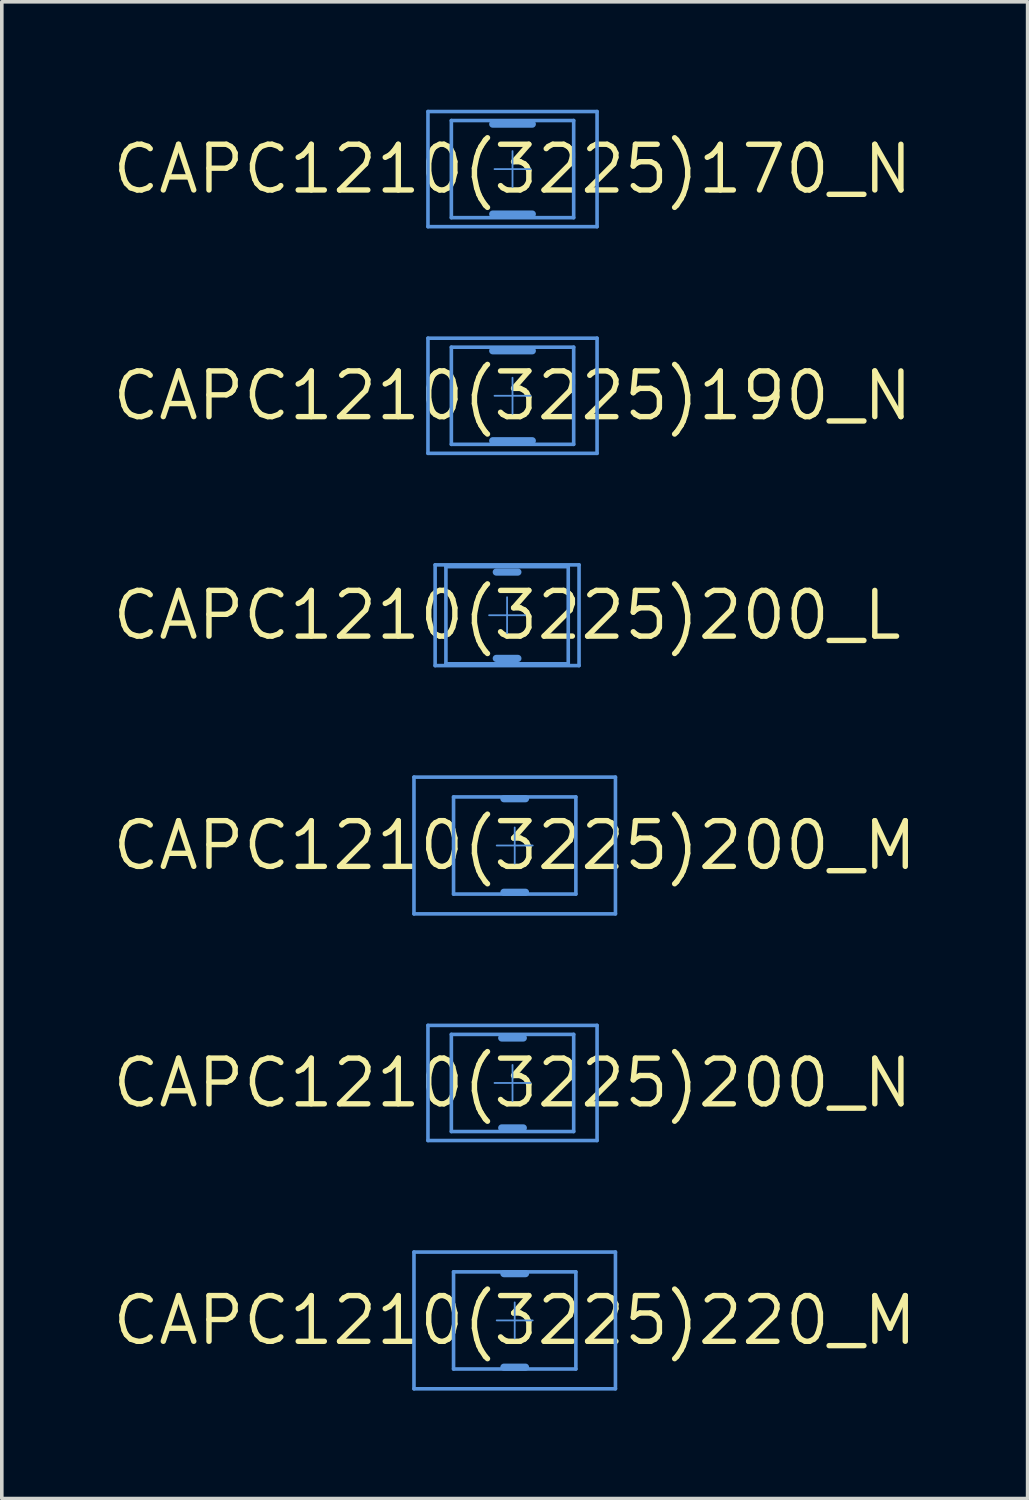
<source format=kicad_pcb>
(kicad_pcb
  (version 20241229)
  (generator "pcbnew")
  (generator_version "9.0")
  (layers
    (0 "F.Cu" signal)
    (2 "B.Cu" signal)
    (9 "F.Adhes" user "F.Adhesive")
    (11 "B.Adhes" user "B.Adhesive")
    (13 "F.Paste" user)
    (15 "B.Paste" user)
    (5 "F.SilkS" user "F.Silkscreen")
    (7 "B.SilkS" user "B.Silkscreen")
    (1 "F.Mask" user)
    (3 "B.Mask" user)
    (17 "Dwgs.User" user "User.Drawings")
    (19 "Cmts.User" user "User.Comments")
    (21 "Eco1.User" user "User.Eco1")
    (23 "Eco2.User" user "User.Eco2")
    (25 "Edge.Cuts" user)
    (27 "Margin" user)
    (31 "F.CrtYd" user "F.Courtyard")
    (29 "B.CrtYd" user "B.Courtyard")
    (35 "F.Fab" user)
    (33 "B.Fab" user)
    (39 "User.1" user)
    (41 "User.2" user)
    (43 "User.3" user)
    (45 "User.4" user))
  (footprint "CAPC1210(3225)200_M"
    (layer "F.Cu")
    (at 11.256 20.45)
    (property "Reference" "CAPC1210(3225)200_M" (at 0 0 0) (layer "F.SilkS") (effects (font (size 1.27 1.27) (thickness 0.15))))
    (attr through_hole)
    (fp_line (start -2.8 -1.9) (end 2.8 -1.9) (stroke (width 0.05) (type solid)) (layer "Cmts.User"))
    (fp_line (start -2.8 -1.9) (end 2.8 -1.9) (stroke (width 0.1) (type solid)) (layer "Cmts.User"))
    (fp_line (start -2.8 1.9) (end -2.8 -1.9) (stroke (width 0.05) (type solid)) (layer "Cmts.User"))
    (fp_line (start -2.8 1.9) (end -2.8 -1.9) (stroke (width 0.1) (type solid)) (layer "Cmts.User"))
    (fp_line (start -2.8 1.9) (end 2.8 1.9) (stroke (width 0.05) (type solid)) (layer "Cmts.User"))
    (fp_line (start -2.8 1.9) (end 2.8 1.9) (stroke (width 0.1) (type solid)) (layer "Cmts.User"))
    (fp_line (start -1.7 -1.35) (end 1.7 -1.35) (stroke (width 0.1) (type solid)) (layer "Cmts.User"))
    (fp_line (start -1.7 1.35) (end -1.7 -1.35) (stroke (width 0.1) (type solid)) (layer "Cmts.User"))
    (fp_line (start -1.7 1.35) (end 1.7 1.35) (stroke (width 0.1) (type solid)) (layer "Cmts.User"))
    (fp_line (start -0.5 0) (end 0.5 0) (stroke (width 0.05) (type solid)) (layer "Cmts.User"))
    (fp_line (start -0.3 -1.3) (end 0.3 -1.3) (stroke (width 0.2) (type solid)) (layer "Cmts.User"))
    (fp_line (start -0.3 1.3) (end 0.3 1.3) (stroke (width 0.2) (type solid)) (layer "Cmts.User"))
    (fp_line (start 0 0.5) (end 0 -0.5) (stroke (width 0.05) (type solid)) (layer "Cmts.User"))
    (fp_line (start 1.7 1.35) (end 1.7 -1.35) (stroke (width 0.1) (type solid)) (layer "Cmts.User"))
    (fp_line (start 2.8 1.9) (end 2.8 -1.9) (stroke (width 0.05) (type solid)) (layer "Cmts.User"))
    (fp_line (start 2.8 1.9) (end 2.8 -1.9) (stroke (width 0.1) (type solid)) (layer "Cmts.User")))
  (footprint "CAPC1210(3225)200_N"
    (layer "F.Cu")
    (at 11.195 27.05)
    (property "Reference" "CAPC1210(3225)200_N" (at 0 0 0) (layer "F.SilkS") (effects (font (size 1.27 1.27) (thickness 0.15))))
    (attr through_hole)
    (fp_line (start -2.35 -1.6) (end 2.35 -1.6) (stroke (width 0.05) (type solid)) (layer "Cmts.User"))
    (fp_line (start -2.35 -1.6) (end 2.35 -1.6) (stroke (width 0.1) (type solid)) (layer "Cmts.User"))
    (fp_line (start -2.35 1.6) (end -2.35 -1.6) (stroke (width 0.05) (type solid)) (layer "Cmts.User"))
    (fp_line (start -2.35 1.6) (end -2.35 -1.6) (stroke (width 0.1) (type solid)) (layer "Cmts.User"))
    (fp_line (start -2.35 1.6) (end 2.35 1.6) (stroke (width 0.05) (type solid)) (layer "Cmts.User"))
    (fp_line (start -2.35 1.6) (end 2.35 1.6) (stroke (width 0.1) (type solid)) (layer "Cmts.User"))
    (fp_line (start -1.7 -1.35) (end 1.7 -1.35) (stroke (width 0.1) (type solid)) (layer "Cmts.User"))
    (fp_line (start -1.7 1.35) (end -1.7 -1.35) (stroke (width 0.1) (type solid)) (layer "Cmts.User"))
    (fp_line (start -1.7 1.35) (end 1.7 1.35) (stroke (width 0.1) (type solid)) (layer "Cmts.User"))
    (fp_line (start -0.5 0) (end 0.5 0) (stroke (width 0.05) (type solid)) (layer "Cmts.User"))
    (fp_line (start -0.3 -1.25) (end 0.3 -1.25) (stroke (width 0.2) (type solid)) (layer "Cmts.User"))
    (fp_line (start -0.3 1.25) (end 0.3 1.25) (stroke (width 0.2) (type solid)) (layer "Cmts.User"))
    (fp_line (start 0 0.5) (end 0 -0.5) (stroke (width 0.05) (type solid)) (layer "Cmts.User"))
    (fp_line (start 1.7 1.35) (end 1.7 -1.35) (stroke (width 0.1) (type solid)) (layer "Cmts.User"))
    (fp_line (start 2.35 1.6) (end 2.35 -1.6) (stroke (width 0.05) (type solid)) (layer "Cmts.User"))
    (fp_line (start 2.35 1.6) (end 2.35 -1.6) (stroke (width 0.1) (type solid)) (layer "Cmts.User")))
  (footprint "CAPC1210(3225)220_M"
    (layer "F.Cu")
    (at 11.256 33.65)
    (property "Reference" "CAPC1210(3225)220_M" (at 0 0 0) (layer "F.SilkS") (effects (font (size 1.27 1.27) (thickness 0.15))))
    (attr through_hole)
    (fp_line (start -2.8 -1.9) (end 2.8 -1.9) (stroke (width 0.05) (type solid)) (layer "Cmts.User"))
    (fp_line (start -2.8 -1.9) (end 2.8 -1.9) (stroke (width 0.1) (type solid)) (layer "Cmts.User"))
    (fp_line (start -2.8 1.9) (end -2.8 -1.9) (stroke (width 0.05) (type solid)) (layer "Cmts.User"))
    (fp_line (start -2.8 1.9) (end -2.8 -1.9) (stroke (width 0.1) (type solid)) (layer "Cmts.User"))
    (fp_line (start -2.8 1.9) (end 2.8 1.9) (stroke (width 0.05) (type solid)) (layer "Cmts.User"))
    (fp_line (start -2.8 1.9) (end 2.8 1.9) (stroke (width 0.1) (type solid)) (layer "Cmts.User"))
    (fp_line (start -1.7 -1.35) (end 1.7 -1.35) (stroke (width 0.1) (type solid)) (layer "Cmts.User"))
    (fp_line (start -1.7 1.35) (end -1.7 -1.35) (stroke (width 0.1) (type solid)) (layer "Cmts.User"))
    (fp_line (start -1.7 1.35) (end 1.7 1.35) (stroke (width 0.1) (type solid)) (layer "Cmts.User"))
    (fp_line (start -0.5 0) (end 0.5 0) (stroke (width 0.05) (type solid)) (layer "Cmts.User"))
    (fp_line (start -0.3 -1.3) (end 0.3 -1.3) (stroke (width 0.2) (type solid)) (layer "Cmts.User"))
    (fp_line (start -0.3 1.3) (end 0.3 1.3) (stroke (width 0.2) (type solid)) (layer "Cmts.User"))
    (fp_line (start 0 0.5) (end 0 -0.5) (stroke (width 0.05) (type solid)) (layer "Cmts.User"))
    (fp_line (start 1.7 1.35) (end 1.7 -1.35) (stroke (width 0.1) (type solid)) (layer "Cmts.User"))
    (fp_line (start 2.8 1.9) (end 2.8 -1.9) (stroke (width 0.05) (type solid)) (layer "Cmts.User"))
    (fp_line (start 2.8 1.9) (end 2.8 -1.9) (stroke (width 0.1) (type solid)) (layer "Cmts.User")))
  (footprint "CAPC1210(3225)190_N"
    (layer "F.Cu")
    (at 11.195 7.95)
    (property "Reference" "CAPC1210(3225)190_N" (at 0 0 0) (layer "F.SilkS") (effects (font (size 1.27 1.27) (thickness 0.15))))
    (attr through_hole)
    (fp_line (start -2.35 -1.6) (end 2.35 -1.6) (stroke (width 0.05) (type solid)) (layer "Cmts.User"))
    (fp_line (start -2.35 -1.6) (end 2.35 -1.6) (stroke (width 0.1) (type solid)) (layer "Cmts.User"))
    (fp_line (start -2.35 1.6) (end -2.35 -1.6) (stroke (width 0.05) (type solid)) (layer "Cmts.User"))
    (fp_line (start -2.35 1.6) (end -2.35 -1.6) (stroke (width 0.1) (type solid)) (layer "Cmts.User"))
    (fp_line (start -2.35 1.6) (end 2.35 1.6) (stroke (width 0.05) (type solid)) (layer "Cmts.User"))
    (fp_line (start -2.35 1.6) (end 2.35 1.6) (stroke (width 0.1) (type solid)) (layer "Cmts.User"))
    (fp_line (start -1.7 -1.35) (end 1.7 -1.35) (stroke (width 0.1) (type solid)) (layer "Cmts.User"))
    (fp_line (start -1.7 1.35) (end -1.7 -1.35) (stroke (width 0.1) (type solid)) (layer "Cmts.User"))
    (fp_line (start -1.7 1.35) (end 1.7 1.35) (stroke (width 0.1) (type solid)) (layer "Cmts.User"))
    (fp_line (start -0.55 -1.25) (end 0.55 -1.25) (stroke (width 0.2) (type solid)) (layer "Cmts.User"))
    (fp_line (start -0.55 1.25) (end 0.55 1.25) (stroke (width 0.2) (type solid)) (layer "Cmts.User"))
    (fp_line (start -0.5 0) (end 0.5 0) (stroke (width 0.05) (type solid)) (layer "Cmts.User"))
    (fp_line (start 0 0.5) (end 0 -0.5) (stroke (width 0.05) (type solid)) (layer "Cmts.User"))
    (fp_line (start 1.7 1.35) (end 1.7 -1.35) (stroke (width 0.1) (type solid)) (layer "Cmts.User"))
    (fp_line (start 2.35 1.6) (end 2.35 -1.6) (stroke (width 0.05) (type solid)) (layer "Cmts.User"))
    (fp_line (start 2.35 1.6) (end 2.35 -1.6) (stroke (width 0.1) (type solid)) (layer "Cmts.User")))
  (footprint "CAPC1210(3225)170_N"
    (layer "F.Cu")
    (at 11.195 1.65)
    (property "Reference" "CAPC1210(3225)170_N" (at 0 0 0) (layer "F.SilkS") (effects (font (size 1.27 1.27) (thickness 0.15))))
    (attr through_hole)
    (fp_line (start -2.35 -1.6) (end 2.35 -1.6) (stroke (width 0.05) (type solid)) (layer "Cmts.User"))
    (fp_line (start -2.35 -1.6) (end 2.35 -1.6) (stroke (width 0.1) (type solid)) (layer "Cmts.User"))
    (fp_line (start -2.35 1.6) (end -2.35 -1.6) (stroke (width 0.05) (type solid)) (layer "Cmts.User"))
    (fp_line (start -2.35 1.6) (end -2.35 -1.6) (stroke (width 0.1) (type solid)) (layer "Cmts.User"))
    (fp_line (start -2.35 1.6) (end 2.35 1.6) (stroke (width 0.05) (type solid)) (layer "Cmts.User"))
    (fp_line (start -2.35 1.6) (end 2.35 1.6) (stroke (width 0.1) (type solid)) (layer "Cmts.User"))
    (fp_line (start -1.7 -1.35) (end 1.7 -1.35) (stroke (width 0.1) (type solid)) (layer "Cmts.User"))
    (fp_line (start -1.7 1.35) (end -1.7 -1.35) (stroke (width 0.1) (type solid)) (layer "Cmts.User"))
    (fp_line (start -1.7 1.35) (end 1.7 1.35) (stroke (width 0.1) (type solid)) (layer "Cmts.User"))
    (fp_line (start -0.55 -1.25) (end 0.55 -1.25) (stroke (width 0.2) (type solid)) (layer "Cmts.User"))
    (fp_line (start -0.55 1.25) (end 0.55 1.25) (stroke (width 0.2) (type solid)) (layer "Cmts.User"))
    (fp_line (start -0.5 0) (end 0.5 0) (stroke (width 0.05) (type solid)) (layer "Cmts.User"))
    (fp_line (start 0 0.5) (end 0 -0.5) (stroke (width 0.05) (type solid)) (layer "Cmts.User"))
    (fp_line (start 1.7 1.35) (end 1.7 -1.35) (stroke (width 0.1) (type solid)) (layer "Cmts.User"))
    (fp_line (start 2.35 1.6) (end 2.35 -1.6) (stroke (width 0.05) (type solid)) (layer "Cmts.User"))
    (fp_line (start 2.35 1.6) (end 2.35 -1.6) (stroke (width 0.1) (type solid)) (layer "Cmts.User")))
  (footprint "CAPC1210(3225)200_L"
    (layer "F.Cu")
    (at 11.044 14.05)
    (property "Reference" "CAPC1210(3225)200_L" (at 0 0 0) (layer "F.SilkS") (effects (font (size 1.27 1.27) (thickness 0.15))))
    (attr through_hole)
    (fp_line (start -2 -1.4) (end 2 -1.4) (stroke (width 0.05) (type solid)) (layer "Cmts.User"))
    (fp_line (start -2 -1.4) (end 2 -1.4) (stroke (width 0.1) (type solid)) (layer "Cmts.User"))
    (fp_line (start -2 1.4) (end -2 -1.4) (stroke (width 0.05) (type solid)) (layer "Cmts.User"))
    (fp_line (start -2 1.4) (end -2 -1.4) (stroke (width 0.1) (type solid)) (layer "Cmts.User"))
    (fp_line (start -2 1.4) (end 2 1.4) (stroke (width 0.05) (type solid)) (layer "Cmts.User"))
    (fp_line (start -2 1.4) (end 2 1.4) (stroke (width 0.1) (type solid)) (layer "Cmts.User"))
    (fp_line (start -1.7 -1.35) (end 1.7 -1.35) (stroke (width 0.1) (type solid)) (layer "Cmts.User"))
    (fp_line (start -1.7 1.35) (end -1.7 -1.35) (stroke (width 0.1) (type solid)) (layer "Cmts.User"))
    (fp_line (start -1.7 1.35) (end 1.7 1.35) (stroke (width 0.1) (type solid)) (layer "Cmts.User"))
    (fp_line (start -0.5 0) (end 0.5 0) (stroke (width 0.05) (type solid)) (layer "Cmts.User"))
    (fp_line (start -0.3 -1.2) (end 0.3 -1.2) (stroke (width 0.2) (type solid)) (layer "Cmts.User"))
    (fp_line (start -0.3 1.2) (end 0.3 1.2) (stroke (width 0.2) (type solid)) (layer "Cmts.User"))
    (fp_line (start 0 0.5) (end 0 -0.5) (stroke (width 0.05) (type solid)) (layer "Cmts.User"))
    (fp_line (start 1.7 1.35) (end 1.7 -1.35) (stroke (width 0.1) (type solid)) (layer "Cmts.User"))
    (fp_line (start 2 1.4) (end 2 -1.4) (stroke (width 0.05) (type solid)) (layer "Cmts.User"))
    (fp_line (start 2 1.4) (end 2 -1.4) (stroke (width 0.1) (type solid)) (layer "Cmts.User")))
  (gr_rect
    (start -3 -3)
    (end 25.512 38.6)
    (stroke (width 0.1) (type default))
    (fill no)
    (layer "Edge.Cuts")))
</source>
